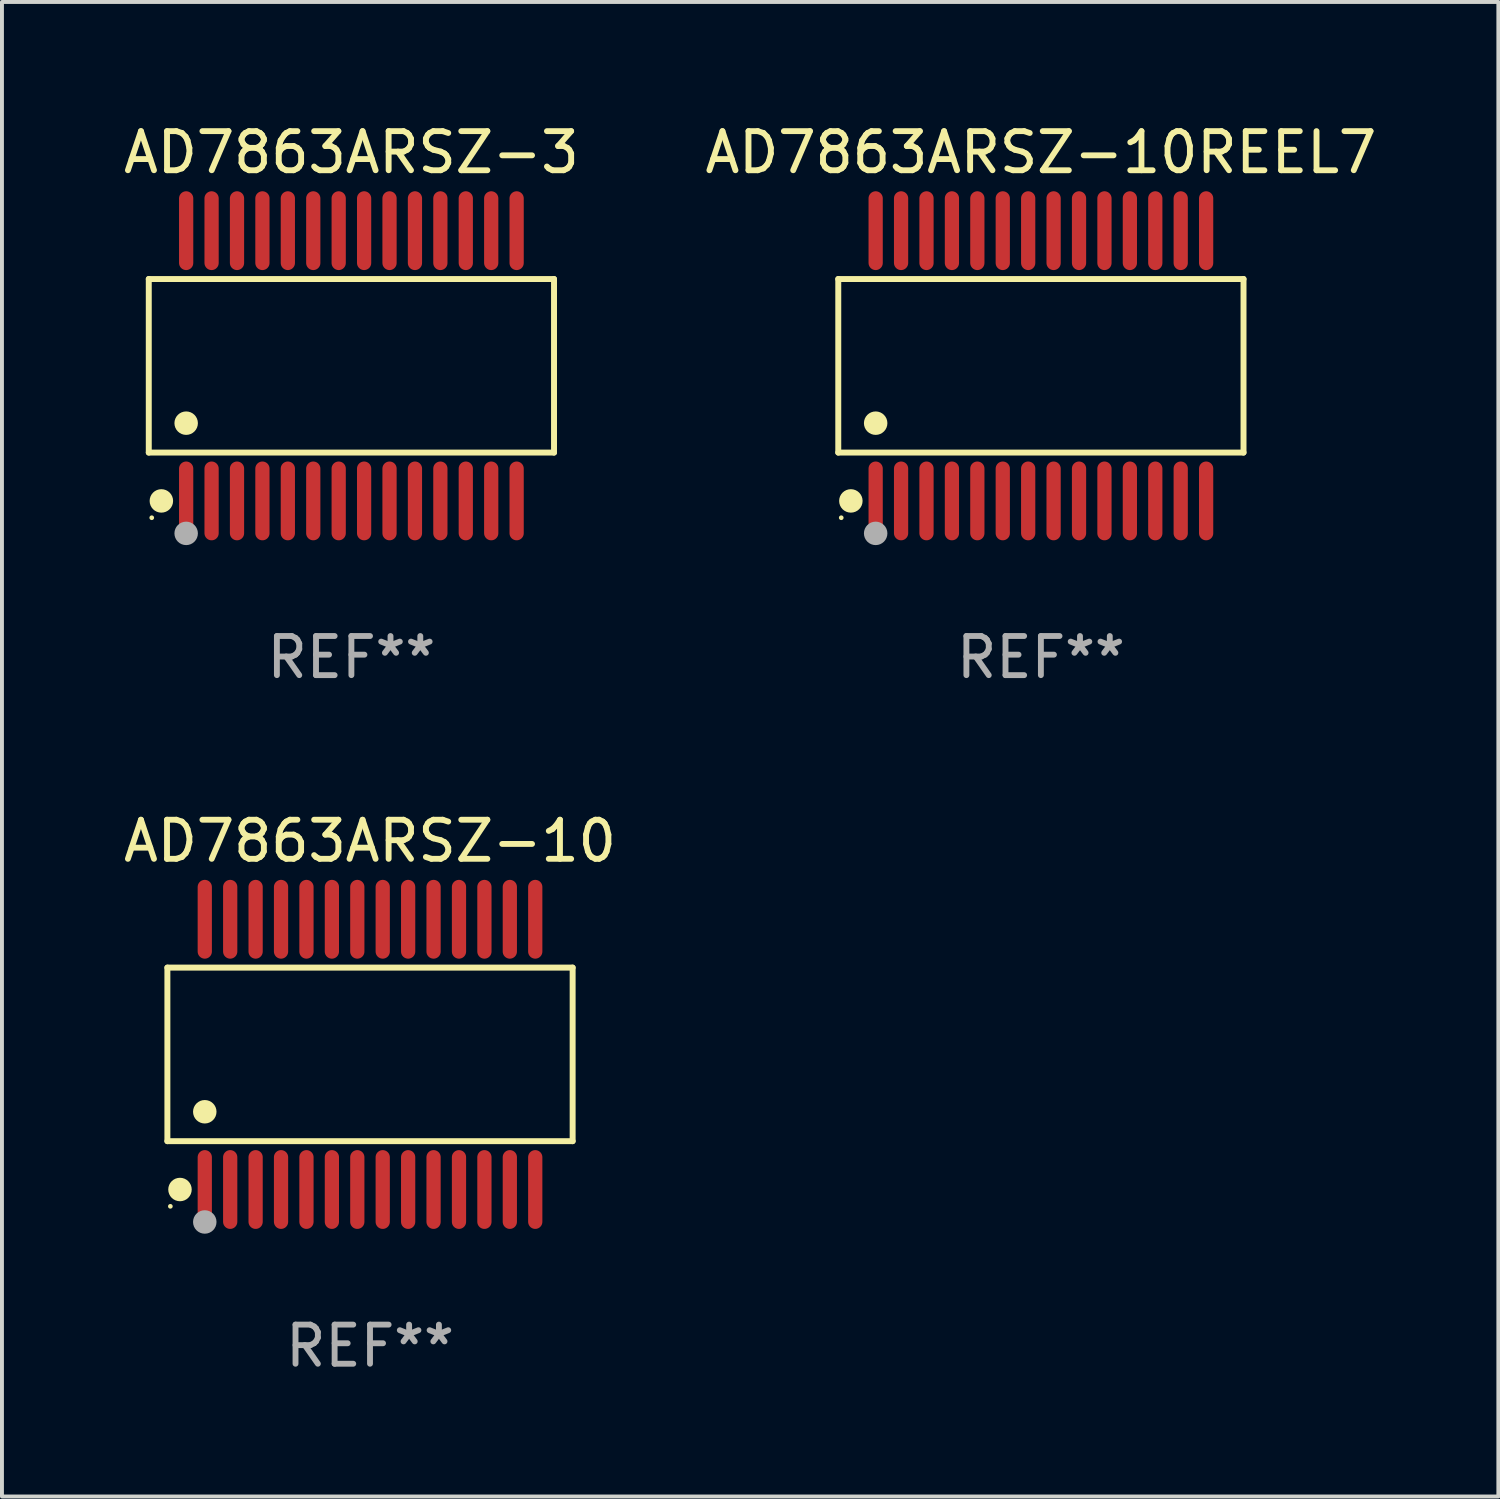
<source format=kicad_pcb>
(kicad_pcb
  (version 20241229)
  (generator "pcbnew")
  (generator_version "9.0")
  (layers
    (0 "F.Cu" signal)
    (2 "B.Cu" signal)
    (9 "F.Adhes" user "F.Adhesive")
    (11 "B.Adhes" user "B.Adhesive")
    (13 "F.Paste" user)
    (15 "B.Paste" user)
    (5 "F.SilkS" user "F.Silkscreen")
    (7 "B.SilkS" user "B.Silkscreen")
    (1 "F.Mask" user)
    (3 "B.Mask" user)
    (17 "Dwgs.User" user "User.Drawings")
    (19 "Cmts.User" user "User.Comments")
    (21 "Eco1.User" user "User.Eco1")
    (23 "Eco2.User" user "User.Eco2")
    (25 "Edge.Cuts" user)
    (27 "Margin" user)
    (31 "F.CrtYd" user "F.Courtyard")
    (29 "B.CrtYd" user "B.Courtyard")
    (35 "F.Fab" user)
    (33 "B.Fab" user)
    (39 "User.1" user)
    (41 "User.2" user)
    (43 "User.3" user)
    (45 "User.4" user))
  (footprint "AD7863ARSZ-10"
    (layer "F.Cu")
    (at 6.411 23.91)
    (property "Reference" "AD7863ARSZ-10" (at 0 -5.455 0) (layer "F.SilkS") (effects (font (size 1 1) (thickness 0.15))))
    (attr through_hole)
    (fp_line (start -5.181 -2.219) (end 5.181 -2.219) (stroke (width 0.152) (type solid)) (layer "F.SilkS"))
    (fp_line (start -5.181 2.219) (end -5.181 -2.219) (stroke (width 0.152) (type solid)) (layer "F.SilkS"))
    (fp_line (start 5.181 -2.219) (end 5.181 2.219) (stroke (width 0.152) (type solid)) (layer "F.SilkS"))
    (fp_line (start 5.181 2.219) (end -5.181 2.219) (stroke (width 0.152) (type solid)) (layer "F.SilkS"))
    (fp_circle (center -5.105 3.885) (end -5.075 3.885) (stroke (width 0.06) (type solid)) (fill no) (layer "F.SilkS"))
    (fp_circle (center -4.859 3.455) (end -4.709 3.455) (stroke (width 0.3) (type solid)) (fill no) (layer "F.SilkS"))
    (fp_circle (center -4.225 1.467) (end -4.075 1.467) (stroke (width 0.3) (type solid)) (fill no) (layer "F.SilkS"))
    (fp_circle (center -4.225 4.285) (end -4.075 4.285) (stroke (width 0.3) (type solid)) (fill no) (layer "F.Fab"))
    (fp_text user "REF**" (at 0 7.455 0) (layer "F.Fab") (effects (font (size 1 1) (thickness 0.15))))
    (pad "1" smd oval (at -4.225 3.455) (size 0.364 2.015) (layers "F.Cu" "F.Mask" "F.Paste"))
    (pad "2" smd oval (at -3.575 3.455) (size 0.364 2.015) (layers "F.Cu" "F.Mask" "F.Paste"))
    (pad "3" smd oval (at -2.925 3.455) (size 0.364 2.015) (layers "F.Cu" "F.Mask" "F.Paste"))
    (pad "4" smd oval (at -2.275 3.455) (size 0.364 2.015) (layers "F.Cu" "F.Mask" "F.Paste"))
    (pad "5" smd oval (at -1.625 3.455) (size 0.364 2.015) (layers "F.Cu" "F.Mask" "F.Paste"))
    (pad "6" smd oval (at -0.975 3.455) (size 0.364 2.015) (layers "F.Cu" "F.Mask" "F.Paste"))
    (pad "7" smd oval (at -0.325 3.455) (size 0.364 2.015) (layers "F.Cu" "F.Mask" "F.Paste"))
    (pad "8" smd oval (at 0.325 3.455) (size 0.364 2.015) (layers "F.Cu" "F.Mask" "F.Paste"))
    (pad "9" smd oval (at 0.975 3.455) (size 0.364 2.015) (layers "F.Cu" "F.Mask" "F.Paste"))
    (pad "10" smd oval (at 1.625 3.455) (size 0.364 2.015) (layers "F.Cu" "F.Mask" "F.Paste"))
    (pad "11" smd oval (at 2.275 3.455) (size 0.364 2.015) (layers "F.Cu" "F.Mask" "F.Paste"))
    (pad "12" smd oval (at 2.925 3.455) (size 0.364 2.015) (layers "F.Cu" "F.Mask" "F.Paste"))
    (pad "13" smd oval (at 3.575 3.455) (size 0.364 2.015) (layers "F.Cu" "F.Mask" "F.Paste"))
    (pad "14" smd oval (at 4.225 3.455) (size 0.364 2.015) (layers "F.Cu" "F.Mask" "F.Paste"))
    (pad "15" smd oval (at 4.225 -3.455) (size 0.364 2.015) (layers "F.Cu" "F.Mask" "F.Paste"))
    (pad "16" smd oval (at 3.575 -3.455) (size 0.364 2.015) (layers "F.Cu" "F.Mask" "F.Paste"))
    (pad "17" smd oval (at 2.925 -3.455) (size 0.364 2.015) (layers "F.Cu" "F.Mask" "F.Paste"))
    (pad "18" smd oval (at 2.275 -3.455) (size 0.364 2.015) (layers "F.Cu" "F.Mask" "F.Paste"))
    (pad "19" smd oval (at 1.625 -3.455) (size 0.364 2.015) (layers "F.Cu" "F.Mask" "F.Paste"))
    (pad "20" smd oval (at 0.975 -3.455) (size 0.364 2.015) (layers "F.Cu" "F.Mask" "F.Paste"))
    (pad "21" smd oval (at 0.325 -3.455) (size 0.364 2.015) (layers "F.Cu" "F.Mask" "F.Paste"))
    (pad "22" smd oval (at -0.325 -3.455) (size 0.364 2.015) (layers "F.Cu" "F.Mask" "F.Paste"))
    (pad "23" smd oval (at -0.975 -3.455) (size 0.364 2.015) (layers "F.Cu" "F.Mask" "F.Paste"))
    (pad "24" smd oval (at -1.625 -3.455) (size 0.364 2.015) (layers "F.Cu" "F.Mask" "F.Paste"))
    (pad "25" smd oval (at -2.275 -3.455) (size 0.364 2.015) (layers "F.Cu" "F.Mask" "F.Paste"))
    (pad "26" smd oval (at -2.925 -3.455) (size 0.364 2.015) (layers "F.Cu" "F.Mask" "F.Paste"))
    (pad "27" smd oval (at -3.575 -3.455) (size 0.364 2.015) (layers "F.Cu" "F.Mask" "F.Paste"))
    (pad "28" smd oval (at -4.225 -3.455) (size 0.364 2.015) (layers "F.Cu" "F.Mask" "F.Paste")))
  (footprint "AD7863ARSZ-3"
    (layer "F.Cu")
    (at 5.935 6.303)
    (property "Reference" "AD7863ARSZ-3" (at 0 -5.455 0) (layer "F.SilkS") (effects (font (size 1 1) (thickness 0.15))))
    (attr through_hole)
    (fp_line (start -5.181 -2.219) (end 5.181 -2.219) (stroke (width 0.152) (type solid)) (layer "F.SilkS"))
    (fp_line (start -5.181 2.219) (end -5.181 -2.219) (stroke (width 0.152) (type solid)) (layer "F.SilkS"))
    (fp_line (start 5.181 -2.219) (end 5.181 2.219) (stroke (width 0.152) (type solid)) (layer "F.SilkS"))
    (fp_line (start 5.181 2.219) (end -5.181 2.219) (stroke (width 0.152) (type solid)) (layer "F.SilkS"))
    (fp_circle (center -5.105 3.885) (end -5.075 3.885) (stroke (width 0.06) (type solid)) (fill no) (layer "F.SilkS"))
    (fp_circle (center -4.859 3.455) (end -4.709 3.455) (stroke (width 0.3) (type solid)) (fill no) (layer "F.SilkS"))
    (fp_circle (center -4.225 1.467) (end -4.075 1.467) (stroke (width 0.3) (type solid)) (fill no) (layer "F.SilkS"))
    (fp_circle (center -4.225 4.285) (end -4.075 4.285) (stroke (width 0.3) (type solid)) (fill no) (layer "F.Fab"))
    (fp_text user "REF**" (at 0 7.455 0) (layer "F.Fab") (effects (font (size 1 1) (thickness 0.15))))
    (pad "1" smd oval (at -4.225 3.455) (size 0.364 2.015) (layers "F.Cu" "F.Mask" "F.Paste"))
    (pad "2" smd oval (at -3.575 3.455) (size 0.364 2.015) (layers "F.Cu" "F.Mask" "F.Paste"))
    (pad "3" smd oval (at -2.925 3.455) (size 0.364 2.015) (layers "F.Cu" "F.Mask" "F.Paste"))
    (pad "4" smd oval (at -2.275 3.455) (size 0.364 2.015) (layers "F.Cu" "F.Mask" "F.Paste"))
    (pad "5" smd oval (at -1.625 3.455) (size 0.364 2.015) (layers "F.Cu" "F.Mask" "F.Paste"))
    (pad "6" smd oval (at -0.975 3.455) (size 0.364 2.015) (layers "F.Cu" "F.Mask" "F.Paste"))
    (pad "7" smd oval (at -0.325 3.455) (size 0.364 2.015) (layers "F.Cu" "F.Mask" "F.Paste"))
    (pad "8" smd oval (at 0.325 3.455) (size 0.364 2.015) (layers "F.Cu" "F.Mask" "F.Paste"))
    (pad "9" smd oval (at 0.975 3.455) (size 0.364 2.015) (layers "F.Cu" "F.Mask" "F.Paste"))
    (pad "10" smd oval (at 1.625 3.455) (size 0.364 2.015) (layers "F.Cu" "F.Mask" "F.Paste"))
    (pad "11" smd oval (at 2.275 3.455) (size 0.364 2.015) (layers "F.Cu" "F.Mask" "F.Paste"))
    (pad "12" smd oval (at 2.925 3.455) (size 0.364 2.015) (layers "F.Cu" "F.Mask" "F.Paste"))
    (pad "13" smd oval (at 3.575 3.455) (size 0.364 2.015) (layers "F.Cu" "F.Mask" "F.Paste"))
    (pad "14" smd oval (at 4.225 3.455) (size 0.364 2.015) (layers "F.Cu" "F.Mask" "F.Paste"))
    (pad "15" smd oval (at 4.225 -3.455) (size 0.364 2.015) (layers "F.Cu" "F.Mask" "F.Paste"))
    (pad "16" smd oval (at 3.575 -3.455) (size 0.364 2.015) (layers "F.Cu" "F.Mask" "F.Paste"))
    (pad "17" smd oval (at 2.925 -3.455) (size 0.364 2.015) (layers "F.Cu" "F.Mask" "F.Paste"))
    (pad "18" smd oval (at 2.275 -3.455) (size 0.364 2.015) (layers "F.Cu" "F.Mask" "F.Paste"))
    (pad "19" smd oval (at 1.625 -3.455) (size 0.364 2.015) (layers "F.Cu" "F.Mask" "F.Paste"))
    (pad "20" smd oval (at 0.975 -3.455) (size 0.364 2.015) (layers "F.Cu" "F.Mask" "F.Paste"))
    (pad "21" smd oval (at 0.325 -3.455) (size 0.364 2.015) (layers "F.Cu" "F.Mask" "F.Paste"))
    (pad "22" smd oval (at -0.325 -3.455) (size 0.364 2.015) (layers "F.Cu" "F.Mask" "F.Paste"))
    (pad "23" smd oval (at -0.975 -3.455) (size 0.364 2.015) (layers "F.Cu" "F.Mask" "F.Paste"))
    (pad "24" smd oval (at -1.625 -3.455) (size 0.364 2.015) (layers "F.Cu" "F.Mask" "F.Paste"))
    (pad "25" smd oval (at -2.275 -3.455) (size 0.364 2.015) (layers "F.Cu" "F.Mask" "F.Paste"))
    (pad "26" smd oval (at -2.925 -3.455) (size 0.364 2.015) (layers "F.Cu" "F.Mask" "F.Paste"))
    (pad "27" smd oval (at -3.575 -3.455) (size 0.364 2.015) (layers "F.Cu" "F.Mask" "F.Paste"))
    (pad "28" smd oval (at -4.225 -3.455) (size 0.364 2.015) (layers "F.Cu" "F.Mask" "F.Paste")))
  (footprint "AD7863ARSZ-10REEL7"
    (layer "F.Cu")
    (at 23.565 6.303)
    (property "Reference" "AD7863ARSZ-10REEL7" (at 0 -5.455 0) (layer "F.SilkS") (effects (font (size 1 1) (thickness 0.15))))
    (attr through_hole)
    (fp_line (start -5.181 -2.219) (end 5.181 -2.219) (stroke (width 0.152) (type solid)) (layer "F.SilkS"))
    (fp_line (start -5.181 2.219) (end -5.181 -2.219) (stroke (width 0.152) (type solid)) (layer "F.SilkS"))
    (fp_line (start 5.181 -2.219) (end 5.181 2.219) (stroke (width 0.152) (type solid)) (layer "F.SilkS"))
    (fp_line (start 5.181 2.219) (end -5.181 2.219) (stroke (width 0.152) (type solid)) (layer "F.SilkS"))
    (fp_circle (center -5.105 3.885) (end -5.075 3.885) (stroke (width 0.06) (type solid)) (fill no) (layer "F.SilkS"))
    (fp_circle (center -4.859 3.455) (end -4.709 3.455) (stroke (width 0.3) (type solid)) (fill no) (layer "F.SilkS"))
    (fp_circle (center -4.225 1.467) (end -4.075 1.467) (stroke (width 0.3) (type solid)) (fill no) (layer "F.SilkS"))
    (fp_circle (center -4.225 4.285) (end -4.075 4.285) (stroke (width 0.3) (type solid)) (fill no) (layer "F.Fab"))
    (fp_text user "REF**" (at 0 7.455 0) (layer "F.Fab") (effects (font (size 1 1) (thickness 0.15))))
    (pad "1" smd oval (at -4.225 3.455) (size 0.364 2.015) (layers "F.Cu" "F.Mask" "F.Paste"))
    (pad "2" smd oval (at -3.575 3.455) (size 0.364 2.015) (layers "F.Cu" "F.Mask" "F.Paste"))
    (pad "3" smd oval (at -2.925 3.455) (size 0.364 2.015) (layers "F.Cu" "F.Mask" "F.Paste"))
    (pad "4" smd oval (at -2.275 3.455) (size 0.364 2.015) (layers "F.Cu" "F.Mask" "F.Paste"))
    (pad "5" smd oval (at -1.625 3.455) (size 0.364 2.015) (layers "F.Cu" "F.Mask" "F.Paste"))
    (pad "6" smd oval (at -0.975 3.455) (size 0.364 2.015) (layers "F.Cu" "F.Mask" "F.Paste"))
    (pad "7" smd oval (at -0.325 3.455) (size 0.364 2.015) (layers "F.Cu" "F.Mask" "F.Paste"))
    (pad "8" smd oval (at 0.325 3.455) (size 0.364 2.015) (layers "F.Cu" "F.Mask" "F.Paste"))
    (pad "9" smd oval (at 0.975 3.455) (size 0.364 2.015) (layers "F.Cu" "F.Mask" "F.Paste"))
    (pad "10" smd oval (at 1.625 3.455) (size 0.364 2.015) (layers "F.Cu" "F.Mask" "F.Paste"))
    (pad "11" smd oval (at 2.275 3.455) (size 0.364 2.015) (layers "F.Cu" "F.Mask" "F.Paste"))
    (pad "12" smd oval (at 2.925 3.455) (size 0.364 2.015) (layers "F.Cu" "F.Mask" "F.Paste"))
    (pad "13" smd oval (at 3.575 3.455) (size 0.364 2.015) (layers "F.Cu" "F.Mask" "F.Paste"))
    (pad "14" smd oval (at 4.225 3.455) (size 0.364 2.015) (layers "F.Cu" "F.Mask" "F.Paste"))
    (pad "15" smd oval (at 4.225 -3.455) (size 0.364 2.015) (layers "F.Cu" "F.Mask" "F.Paste"))
    (pad "16" smd oval (at 3.575 -3.455) (size 0.364 2.015) (layers "F.Cu" "F.Mask" "F.Paste"))
    (pad "17" smd oval (at 2.925 -3.455) (size 0.364 2.015) (layers "F.Cu" "F.Mask" "F.Paste"))
    (pad "18" smd oval (at 2.275 -3.455) (size 0.364 2.015) (layers "F.Cu" "F.Mask" "F.Paste"))
    (pad "19" smd oval (at 1.625 -3.455) (size 0.364 2.015) (layers "F.Cu" "F.Mask" "F.Paste"))
    (pad "20" smd oval (at 0.975 -3.455) (size 0.364 2.015) (layers "F.Cu" "F.Mask" "F.Paste"))
    (pad "21" smd oval (at 0.325 -3.455) (size 0.364 2.015) (layers "F.Cu" "F.Mask" "F.Paste"))
    (pad "22" smd oval (at -0.325 -3.455) (size 0.364 2.015) (layers "F.Cu" "F.Mask" "F.Paste"))
    (pad "23" smd oval (at -0.975 -3.455) (size 0.364 2.015) (layers "F.Cu" "F.Mask" "F.Paste"))
    (pad "24" smd oval (at -1.625 -3.455) (size 0.364 2.015) (layers "F.Cu" "F.Mask" "F.Paste"))
    (pad "25" smd oval (at -2.275 -3.455) (size 0.364 2.015) (layers "F.Cu" "F.Mask" "F.Paste"))
    (pad "26" smd oval (at -2.925 -3.455) (size 0.364 2.015) (layers "F.Cu" "F.Mask" "F.Paste"))
    (pad "27" smd oval (at -3.575 -3.455) (size 0.364 2.015) (layers "F.Cu" "F.Mask" "F.Paste"))
    (pad "28" smd oval (at -4.225 -3.455) (size 0.364 2.015) (layers "F.Cu" "F.Mask" "F.Paste")))
  (gr_rect
    (start -3 -3)
    (end 35.262 35.214)
    (stroke (width 0.1) (type default))
    (fill no)
    (layer "Edge.Cuts")))
</source>
